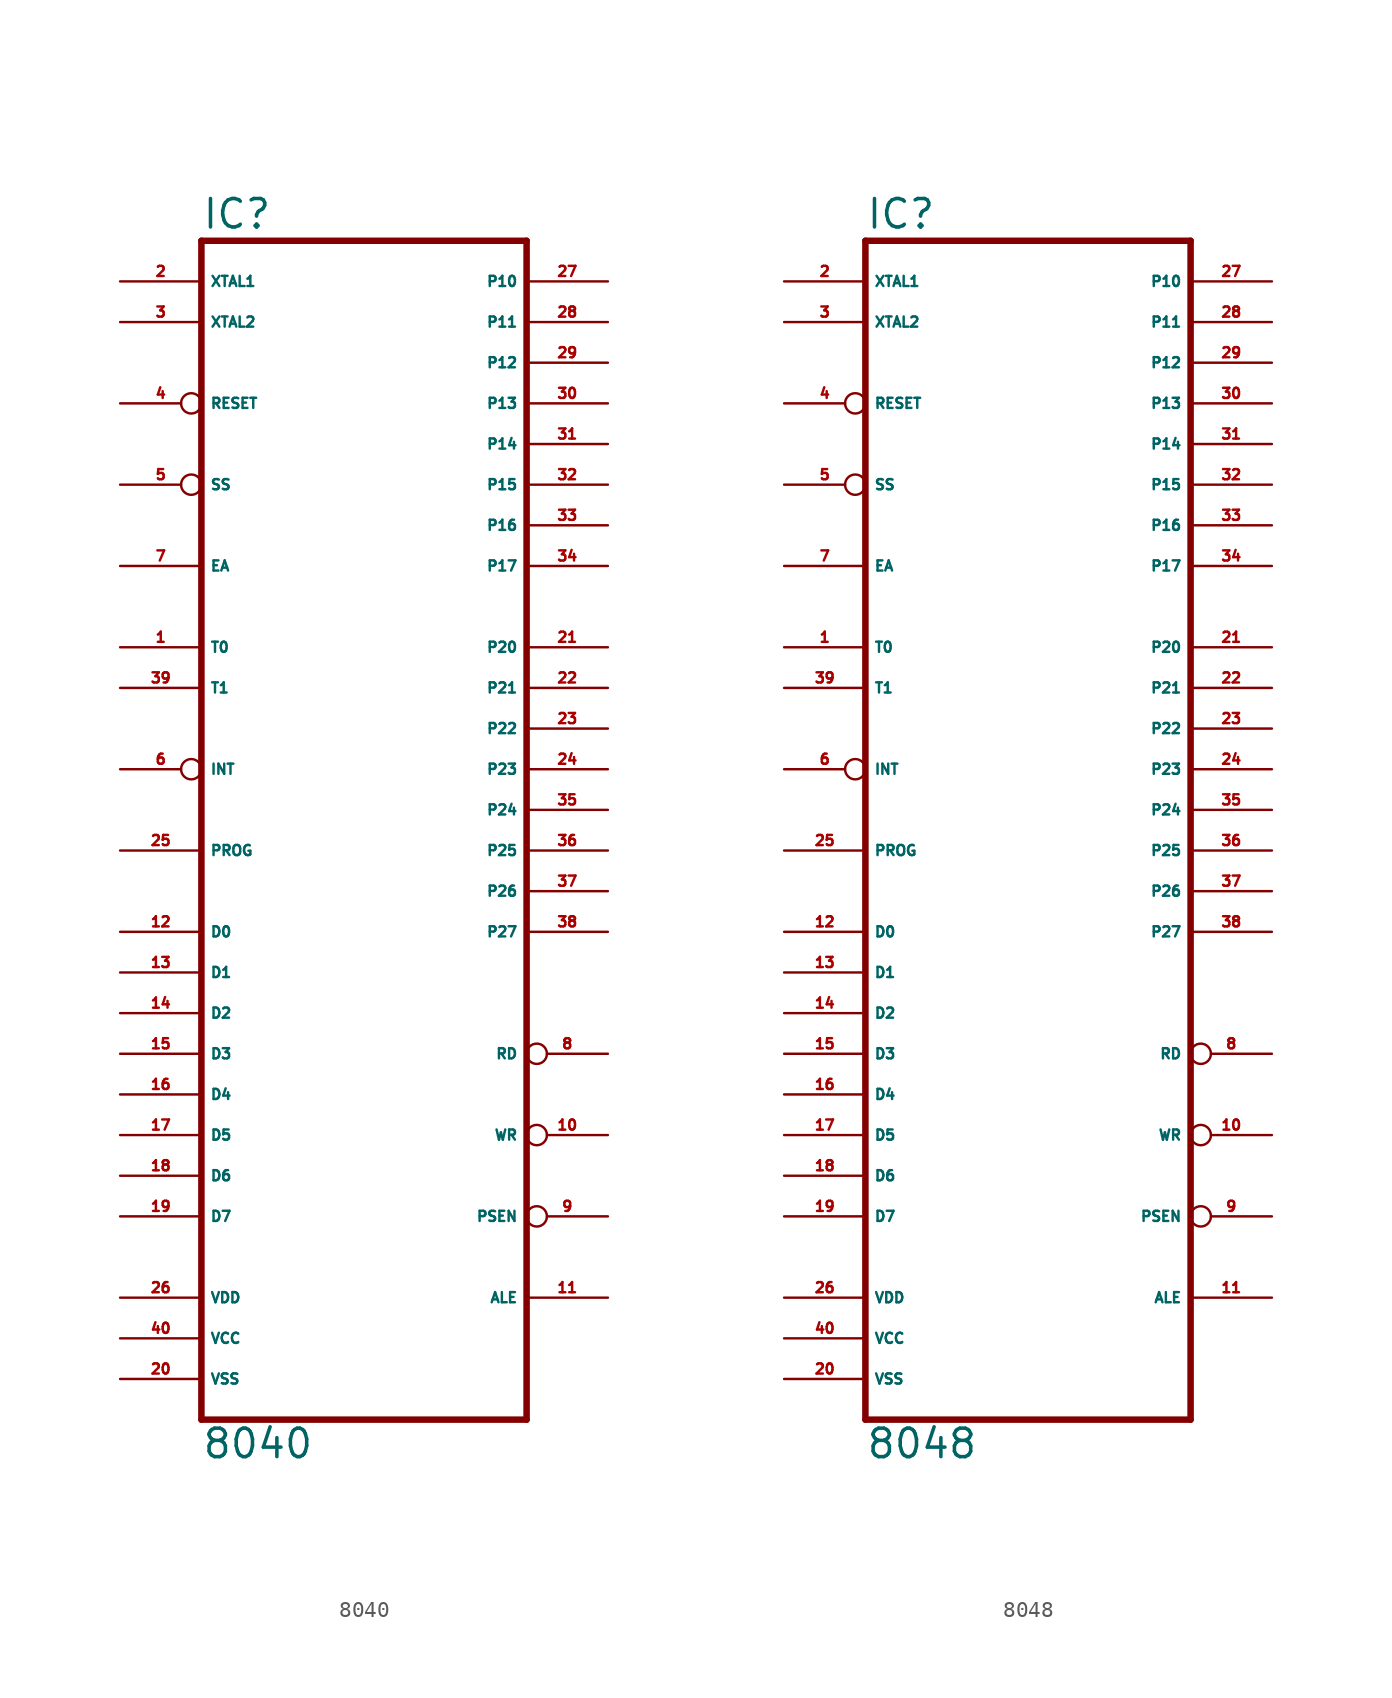
<source format=kicad_sym>
(kicad_symbol_lib
  (version 20220914)
  (generator Eagle2Kicad)
  (symbol "8040"
    (property "Reference" "IC"
      (at -10.16 36.195 0)
      (effects (font (size 1.778 1.778) (thickness 0.22)) (justify left bottom)))
    (property "Value" "8040"
      (at -10.16 -40.64 0)
      (effects (font (size 1.778 1.778) (thickness 0.22)) (justify left bottom)))
    (polyline
      (pts (xy 10.16 35.56) (xy 10.16 -38.1))
      (stroke (width 0.406) (type default))
      (fill (type none)))
    (polyline
      (pts (xy -10.16 -38.1) (xy 10.16 -38.1))
      (stroke (width 0.406) (type default))
      (fill (type none)))
    (polyline
      (pts (xy -10.16 -38.1) (xy -10.16 35.56))
      (stroke (width 0.406) (type default))
      (fill (type none)))
    (polyline
      (pts (xy 10.16 35.56) (xy -10.16 35.56))
      (stroke (width 0.406) (type default))
      (fill (type none)))
    (pin output line
      (at -15.24 30.48 0)
      (length 5.08)
      (name "XTAL2" (effects (font (size 0.635 0.635) (thickness 0.08)) (justify left bottom)))
      (number "3" (effects (font (size 0.635 0.635) (thickness 0.08)) (justify left bottom))))
    (pin input line
      (at -15.24 33.02 0)
      (length 5.08)
      (name "XTAL1" (effects (font (size 0.635 0.635) (thickness 0.08)) (justify left bottom)))
      (number "2" (effects (font (size 0.635 0.635) (thickness 0.08)) (justify left bottom))))
    (pin input line
      (at -15.24 15.24 0)
      (length 5.08)
      (name "EA" (effects (font (size 0.635 0.635) (thickness 0.08)) (justify left bottom)))
      (number "7" (effects (font (size 0.635 0.635) (thickness 0.08)) (justify left bottom))))
    (pin bidirectional line
      (at 15.24 -7.62 180)
      (length 5.08)
      (name "P27" (effects (font (size 0.635 0.635) (thickness 0.08)) (justify left bottom)))
      (number "38" (effects (font (size 0.635 0.635) (thickness 0.08)) (justify left bottom))))
    (pin bidirectional line
      (at 15.24 -5.08 180)
      (length 5.08)
      (name "P26" (effects (font (size 0.635 0.635) (thickness 0.08)) (justify left bottom)))
      (number "37" (effects (font (size 0.635 0.635) (thickness 0.08)) (justify left bottom))))
    (pin bidirectional line
      (at 15.24 -2.54 180)
      (length 5.08)
      (name "P25" (effects (font (size 0.635 0.635) (thickness 0.08)) (justify left bottom)))
      (number "36" (effects (font (size 0.635 0.635) (thickness 0.08)) (justify left bottom))))
    (pin bidirectional line
      (at 15.24 0 180)
      (length 5.08)
      (name "P24" (effects (font (size 0.635 0.635) (thickness 0.08)) (justify left bottom)))
      (number "35" (effects (font (size 0.635 0.635) (thickness 0.08)) (justify left bottom))))
    (pin bidirectional line
      (at 15.24 2.54 180)
      (length 5.08)
      (name "P23" (effects (font (size 0.635 0.635) (thickness 0.08)) (justify left bottom)))
      (number "24" (effects (font (size 0.635 0.635) (thickness 0.08)) (justify left bottom))))
    (pin bidirectional line
      (at 15.24 5.08 180)
      (length 5.08)
      (name "P22" (effects (font (size 0.635 0.635) (thickness 0.08)) (justify left bottom)))
      (number "23" (effects (font (size 0.635 0.635) (thickness 0.08)) (justify left bottom))))
    (pin bidirectional line
      (at 15.24 7.62 180)
      (length 5.08)
      (name "P21" (effects (font (size 0.635 0.635) (thickness 0.08)) (justify left bottom)))
      (number "22" (effects (font (size 0.635 0.635) (thickness 0.08)) (justify left bottom))))
    (pin bidirectional line
      (at 15.24 10.16 180)
      (length 5.08)
      (name "P20" (effects (font (size 0.635 0.635) (thickness 0.08)) (justify left bottom)))
      (number "21" (effects (font (size 0.635 0.635) (thickness 0.08)) (justify left bottom))))
    (pin bidirectional line
      (at -15.24 -25.4 0)
      (length 5.08)
      (name "D7" (effects (font (size 0.635 0.635) (thickness 0.08)) (justify left bottom)))
      (number "19" (effects (font (size 0.635 0.635) (thickness 0.08)) (justify left bottom))))
    (pin bidirectional line
      (at -15.24 -22.86 0)
      (length 5.08)
      (name "D6" (effects (font (size 0.635 0.635) (thickness 0.08)) (justify left bottom)))
      (number "18" (effects (font (size 0.635 0.635) (thickness 0.08)) (justify left bottom))))
    (pin bidirectional line
      (at -15.24 -20.32 0)
      (length 5.08)
      (name "D5" (effects (font (size 0.635 0.635) (thickness 0.08)) (justify left bottom)))
      (number "17" (effects (font (size 0.635 0.635) (thickness 0.08)) (justify left bottom))))
    (pin bidirectional line
      (at -15.24 -17.78 0)
      (length 5.08)
      (name "D4" (effects (font (size 0.635 0.635) (thickness 0.08)) (justify left bottom)))
      (number "16" (effects (font (size 0.635 0.635) (thickness 0.08)) (justify left bottom))))
    (pin bidirectional line
      (at -15.24 -15.24 0)
      (length 5.08)
      (name "D3" (effects (font (size 0.635 0.635) (thickness 0.08)) (justify left bottom)))
      (number "15" (effects (font (size 0.635 0.635) (thickness 0.08)) (justify left bottom))))
    (pin bidirectional line
      (at -15.24 -12.7 0)
      (length 5.08)
      (name "D2" (effects (font (size 0.635 0.635) (thickness 0.08)) (justify left bottom)))
      (number "14" (effects (font (size 0.635 0.635) (thickness 0.08)) (justify left bottom))))
    (pin bidirectional line
      (at -15.24 -10.16 0)
      (length 5.08)
      (name "D1" (effects (font (size 0.635 0.635) (thickness 0.08)) (justify left bottom)))
      (number "13" (effects (font (size 0.635 0.635) (thickness 0.08)) (justify left bottom))))
    (pin bidirectional line
      (at -15.24 -7.62 0)
      (length 5.08)
      (name "D0" (effects (font (size 0.635 0.635) (thickness 0.08)) (justify left bottom)))
      (number "12" (effects (font (size 0.635 0.635) (thickness 0.08)) (justify left bottom))))
    (pin output line
      (at 15.24 -30.48 180)
      (length 5.08)
      (name "ALE" (effects (font (size 0.635 0.635) (thickness 0.08)) (justify left bottom)))
      (number "11" (effects (font (size 0.635 0.635) (thickness 0.08)) (justify left bottom))))
    (pin output inverted
      (at 15.24 -25.4 180)
      (length 5.08)
      (name "PSEN" (effects (font (size 0.635 0.635) (thickness 0.08)) (justify left bottom)))
      (number "9" (effects (font (size 0.635 0.635) (thickness 0.08)) (justify left bottom))))
    (pin output inverted
      (at 15.24 -15.24 180)
      (length 5.08)
      (name "RD" (effects (font (size 0.635 0.635) (thickness 0.08)) (justify left bottom)))
      (number "8" (effects (font (size 0.635 0.635) (thickness 0.08)) (justify left bottom))))
    (pin output inverted
      (at 15.24 -20.32 180)
      (length 5.08)
      (name "WR" (effects (font (size 0.635 0.635) (thickness 0.08)) (justify left bottom)))
      (number "10" (effects (font (size 0.635 0.635) (thickness 0.08)) (justify left bottom))))
    (pin unspecified line
      (at -15.24 -33.02 0)
      (length 5.08)
      (name "VCC" (effects (font (size 0.635 0.635) (thickness 0.08)) (justify left bottom)))
      (number "40" (effects (font (size 0.635 0.635) (thickness 0.08)) (justify left bottom))))
    (pin unspecified line
      (at -15.24 -35.56 0)
      (length 5.08)
      (name "VSS" (effects (font (size 0.635 0.635) (thickness 0.08)) (justify left bottom)))
      (number "20" (effects (font (size 0.635 0.635) (thickness 0.08)) (justify left bottom))))
    (pin bidirectional line
      (at 15.24 30.48 180)
      (length 5.08)
      (name "P11" (effects (font (size 0.635 0.635) (thickness 0.08)) (justify left bottom)))
      (number "28" (effects (font (size 0.635 0.635) (thickness 0.08)) (justify left bottom))))
    (pin input inverted
      (at -15.24 25.4 0)
      (length 5.08)
      (name "RESET" (effects (font (size 0.635 0.635) (thickness 0.08)) (justify left bottom)))
      (number "4" (effects (font (size 0.635 0.635) (thickness 0.08)) (justify left bottom))))
    (pin bidirectional line
      (at 15.24 25.4 180)
      (length 5.08)
      (name "P13" (effects (font (size 0.635 0.635) (thickness 0.08)) (justify left bottom)))
      (number "30" (effects (font (size 0.635 0.635) (thickness 0.08)) (justify left bottom))))
    (pin bidirectional line
      (at 15.24 22.86 180)
      (length 5.08)
      (name "P14" (effects (font (size 0.635 0.635) (thickness 0.08)) (justify left bottom)))
      (number "31" (effects (font (size 0.635 0.635) (thickness 0.08)) (justify left bottom))))
    (pin bidirectional line
      (at 15.24 20.32 180)
      (length 5.08)
      (name "P15" (effects (font (size 0.635 0.635) (thickness 0.08)) (justify left bottom)))
      (number "32" (effects (font (size 0.635 0.635) (thickness 0.08)) (justify left bottom))))
    (pin bidirectional line
      (at 15.24 17.78 180)
      (length 5.08)
      (name "P16" (effects (font (size 0.635 0.635) (thickness 0.08)) (justify left bottom)))
      (number "33" (effects (font (size 0.635 0.635) (thickness 0.08)) (justify left bottom))))
    (pin bidirectional line
      (at 15.24 15.24 180)
      (length 5.08)
      (name "P17" (effects (font (size 0.635 0.635) (thickness 0.08)) (justify left bottom)))
      (number "34" (effects (font (size 0.635 0.635) (thickness 0.08)) (justify left bottom))))
    (pin input line
      (at -15.24 10.16 0)
      (length 5.08)
      (name "T0" (effects (font (size 0.635 0.635) (thickness 0.08)) (justify left bottom)))
      (number "1" (effects (font (size 0.635 0.635) (thickness 0.08)) (justify left bottom))))
    (pin input line
      (at -15.24 7.62 0)
      (length 5.08)
      (name "T1" (effects (font (size 0.635 0.635) (thickness 0.08)) (justify left bottom)))
      (number "39" (effects (font (size 0.635 0.635) (thickness 0.08)) (justify left bottom))))
    (pin input inverted
      (at -15.24 20.32 0)
      (length 5.08)
      (name "SS" (effects (font (size 0.635 0.635) (thickness 0.08)) (justify left bottom)))
      (number "5" (effects (font (size 0.635 0.635) (thickness 0.08)) (justify left bottom))))
    (pin input line
      (at -15.24 -2.54 0)
      (length 5.08)
      (name "PROG" (effects (font (size 0.635 0.635) (thickness 0.08)) (justify left bottom)))
      (number "25" (effects (font (size 0.635 0.635) (thickness 0.08)) (justify left bottom))))
    (pin input inverted
      (at -15.24 2.54 0)
      (length 5.08)
      (name "INT" (effects (font (size 0.635 0.635) (thickness 0.08)) (justify left bottom)))
      (number "6" (effects (font (size 0.635 0.635) (thickness 0.08)) (justify left bottom))))
    (pin bidirectional line
      (at 15.24 27.94 180)
      (length 5.08)
      (name "P12" (effects (font (size 0.635 0.635) (thickness 0.08)) (justify left bottom)))
      (number "29" (effects (font (size 0.635 0.635) (thickness 0.08)) (justify left bottom))))
    (pin bidirectional line
      (at 15.24 33.02 180)
      (length 5.08)
      (name "P10" (effects (font (size 0.635 0.635) (thickness 0.08)) (justify left bottom)))
      (number "27" (effects (font (size 0.635 0.635) (thickness 0.08)) (justify left bottom))))
    (pin unspecified line
      (at -15.24 -30.48 0)
      (length 5.08)
      (name "VDD" (effects (font (size 0.635 0.635) (thickness 0.08)) (justify left bottom)))
      (number "26" (effects (font (size 0.635 0.635) (thickness 0.08)) (justify left bottom)))))
  (symbol "8048"
    (property "Reference" "IC"
      (at -10.16 36.195 0)
      (effects (font (size 1.778 1.778) (thickness 0.22)) (justify left bottom)))
    (property "Value" "8048"
      (at -10.16 -40.64 0)
      (effects (font (size 1.778 1.778) (thickness 0.22)) (justify left bottom)))
    (polyline
      (pts (xy 10.16 35.56) (xy 10.16 -38.1))
      (stroke (width 0.406) (type default))
      (fill (type none)))
    (polyline
      (pts (xy -10.16 -38.1) (xy 10.16 -38.1))
      (stroke (width 0.406) (type default))
      (fill (type none)))
    (polyline
      (pts (xy -10.16 -38.1) (xy -10.16 35.56))
      (stroke (width 0.406) (type default))
      (fill (type none)))
    (polyline
      (pts (xy 10.16 35.56) (xy -10.16 35.56))
      (stroke (width 0.406) (type default))
      (fill (type none)))
    (pin output line
      (at -15.24 30.48 0)
      (length 5.08)
      (name "XTAL2" (effects (font (size 0.635 0.635) (thickness 0.08)) (justify left bottom)))
      (number "3" (effects (font (size 0.635 0.635) (thickness 0.08)) (justify left bottom))))
    (pin input line
      (at -15.24 33.02 0)
      (length 5.08)
      (name "XTAL1" (effects (font (size 0.635 0.635) (thickness 0.08)) (justify left bottom)))
      (number "2" (effects (font (size 0.635 0.635) (thickness 0.08)) (justify left bottom))))
    (pin input line
      (at -15.24 15.24 0)
      (length 5.08)
      (name "EA" (effects (font (size 0.635 0.635) (thickness 0.08)) (justify left bottom)))
      (number "7" (effects (font (size 0.635 0.635) (thickness 0.08)) (justify left bottom))))
    (pin bidirectional line
      (at 15.24 -7.62 180)
      (length 5.08)
      (name "P27" (effects (font (size 0.635 0.635) (thickness 0.08)) (justify left bottom)))
      (number "38" (effects (font (size 0.635 0.635) (thickness 0.08)) (justify left bottom))))
    (pin bidirectional line
      (at 15.24 -5.08 180)
      (length 5.08)
      (name "P26" (effects (font (size 0.635 0.635) (thickness 0.08)) (justify left bottom)))
      (number "37" (effects (font (size 0.635 0.635) (thickness 0.08)) (justify left bottom))))
    (pin bidirectional line
      (at 15.24 -2.54 180)
      (length 5.08)
      (name "P25" (effects (font (size 0.635 0.635) (thickness 0.08)) (justify left bottom)))
      (number "36" (effects (font (size 0.635 0.635) (thickness 0.08)) (justify left bottom))))
    (pin bidirectional line
      (at 15.24 0 180)
      (length 5.08)
      (name "P24" (effects (font (size 0.635 0.635) (thickness 0.08)) (justify left bottom)))
      (number "35" (effects (font (size 0.635 0.635) (thickness 0.08)) (justify left bottom))))
    (pin bidirectional line
      (at 15.24 2.54 180)
      (length 5.08)
      (name "P23" (effects (font (size 0.635 0.635) (thickness 0.08)) (justify left bottom)))
      (number "24" (effects (font (size 0.635 0.635) (thickness 0.08)) (justify left bottom))))
    (pin bidirectional line
      (at 15.24 5.08 180)
      (length 5.08)
      (name "P22" (effects (font (size 0.635 0.635) (thickness 0.08)) (justify left bottom)))
      (number "23" (effects (font (size 0.635 0.635) (thickness 0.08)) (justify left bottom))))
    (pin bidirectional line
      (at 15.24 7.62 180)
      (length 5.08)
      (name "P21" (effects (font (size 0.635 0.635) (thickness 0.08)) (justify left bottom)))
      (number "22" (effects (font (size 0.635 0.635) (thickness 0.08)) (justify left bottom))))
    (pin bidirectional line
      (at 15.24 10.16 180)
      (length 5.08)
      (name "P20" (effects (font (size 0.635 0.635) (thickness 0.08)) (justify left bottom)))
      (number "21" (effects (font (size 0.635 0.635) (thickness 0.08)) (justify left bottom))))
    (pin bidirectional line
      (at -15.24 -25.4 0)
      (length 5.08)
      (name "D7" (effects (font (size 0.635 0.635) (thickness 0.08)) (justify left bottom)))
      (number "19" (effects (font (size 0.635 0.635) (thickness 0.08)) (justify left bottom))))
    (pin bidirectional line
      (at -15.24 -22.86 0)
      (length 5.08)
      (name "D6" (effects (font (size 0.635 0.635) (thickness 0.08)) (justify left bottom)))
      (number "18" (effects (font (size 0.635 0.635) (thickness 0.08)) (justify left bottom))))
    (pin bidirectional line
      (at -15.24 -20.32 0)
      (length 5.08)
      (name "D5" (effects (font (size 0.635 0.635) (thickness 0.08)) (justify left bottom)))
      (number "17" (effects (font (size 0.635 0.635) (thickness 0.08)) (justify left bottom))))
    (pin bidirectional line
      (at -15.24 -17.78 0)
      (length 5.08)
      (name "D4" (effects (font (size 0.635 0.635) (thickness 0.08)) (justify left bottom)))
      (number "16" (effects (font (size 0.635 0.635) (thickness 0.08)) (justify left bottom))))
    (pin bidirectional line
      (at -15.24 -15.24 0)
      (length 5.08)
      (name "D3" (effects (font (size 0.635 0.635) (thickness 0.08)) (justify left bottom)))
      (number "15" (effects (font (size 0.635 0.635) (thickness 0.08)) (justify left bottom))))
    (pin bidirectional line
      (at -15.24 -12.7 0)
      (length 5.08)
      (name "D2" (effects (font (size 0.635 0.635) (thickness 0.08)) (justify left bottom)))
      (number "14" (effects (font (size 0.635 0.635) (thickness 0.08)) (justify left bottom))))
    (pin bidirectional line
      (at -15.24 -10.16 0)
      (length 5.08)
      (name "D1" (effects (font (size 0.635 0.635) (thickness 0.08)) (justify left bottom)))
      (number "13" (effects (font (size 0.635 0.635) (thickness 0.08)) (justify left bottom))))
    (pin bidirectional line
      (at -15.24 -7.62 0)
      (length 5.08)
      (name "D0" (effects (font (size 0.635 0.635) (thickness 0.08)) (justify left bottom)))
      (number "12" (effects (font (size 0.635 0.635) (thickness 0.08)) (justify left bottom))))
    (pin output line
      (at 15.24 -30.48 180)
      (length 5.08)
      (name "ALE" (effects (font (size 0.635 0.635) (thickness 0.08)) (justify left bottom)))
      (number "11" (effects (font (size 0.635 0.635) (thickness 0.08)) (justify left bottom))))
    (pin output inverted
      (at 15.24 -25.4 180)
      (length 5.08)
      (name "PSEN" (effects (font (size 0.635 0.635) (thickness 0.08)) (justify left bottom)))
      (number "9" (effects (font (size 0.635 0.635) (thickness 0.08)) (justify left bottom))))
    (pin output inverted
      (at 15.24 -15.24 180)
      (length 5.08)
      (name "RD" (effects (font (size 0.635 0.635) (thickness 0.08)) (justify left bottom)))
      (number "8" (effects (font (size 0.635 0.635) (thickness 0.08)) (justify left bottom))))
    (pin output inverted
      (at 15.24 -20.32 180)
      (length 5.08)
      (name "WR" (effects (font (size 0.635 0.635) (thickness 0.08)) (justify left bottom)))
      (number "10" (effects (font (size 0.635 0.635) (thickness 0.08)) (justify left bottom))))
    (pin unspecified line
      (at -15.24 -33.02 0)
      (length 5.08)
      (name "VCC" (effects (font (size 0.635 0.635) (thickness 0.08)) (justify left bottom)))
      (number "40" (effects (font (size 0.635 0.635) (thickness 0.08)) (justify left bottom))))
    (pin unspecified line
      (at -15.24 -35.56 0)
      (length 5.08)
      (name "VSS" (effects (font (size 0.635 0.635) (thickness 0.08)) (justify left bottom)))
      (number "20" (effects (font (size 0.635 0.635) (thickness 0.08)) (justify left bottom))))
    (pin bidirectional line
      (at 15.24 30.48 180)
      (length 5.08)
      (name "P11" (effects (font (size 0.635 0.635) (thickness 0.08)) (justify left bottom)))
      (number "28" (effects (font (size 0.635 0.635) (thickness 0.08)) (justify left bottom))))
    (pin input inverted
      (at -15.24 25.4 0)
      (length 5.08)
      (name "RESET" (effects (font (size 0.635 0.635) (thickness 0.08)) (justify left bottom)))
      (number "4" (effects (font (size 0.635 0.635) (thickness 0.08)) (justify left bottom))))
    (pin bidirectional line
      (at 15.24 25.4 180)
      (length 5.08)
      (name "P13" (effects (font (size 0.635 0.635) (thickness 0.08)) (justify left bottom)))
      (number "30" (effects (font (size 0.635 0.635) (thickness 0.08)) (justify left bottom))))
    (pin bidirectional line
      (at 15.24 22.86 180)
      (length 5.08)
      (name "P14" (effects (font (size 0.635 0.635) (thickness 0.08)) (justify left bottom)))
      (number "31" (effects (font (size 0.635 0.635) (thickness 0.08)) (justify left bottom))))
    (pin bidirectional line
      (at 15.24 20.32 180)
      (length 5.08)
      (name "P15" (effects (font (size 0.635 0.635) (thickness 0.08)) (justify left bottom)))
      (number "32" (effects (font (size 0.635 0.635) (thickness 0.08)) (justify left bottom))))
    (pin bidirectional line
      (at 15.24 17.78 180)
      (length 5.08)
      (name "P16" (effects (font (size 0.635 0.635) (thickness 0.08)) (justify left bottom)))
      (number "33" (effects (font (size 0.635 0.635) (thickness 0.08)) (justify left bottom))))
    (pin bidirectional line
      (at 15.24 15.24 180)
      (length 5.08)
      (name "P17" (effects (font (size 0.635 0.635) (thickness 0.08)) (justify left bottom)))
      (number "34" (effects (font (size 0.635 0.635) (thickness 0.08)) (justify left bottom))))
    (pin input line
      (at -15.24 10.16 0)
      (length 5.08)
      (name "T0" (effects (font (size 0.635 0.635) (thickness 0.08)) (justify left bottom)))
      (number "1" (effects (font (size 0.635 0.635) (thickness 0.08)) (justify left bottom))))
    (pin input line
      (at -15.24 7.62 0)
      (length 5.08)
      (name "T1" (effects (font (size 0.635 0.635) (thickness 0.08)) (justify left bottom)))
      (number "39" (effects (font (size 0.635 0.635) (thickness 0.08)) (justify left bottom))))
    (pin input inverted
      (at -15.24 20.32 0)
      (length 5.08)
      (name "SS" (effects (font (size 0.635 0.635) (thickness 0.08)) (justify left bottom)))
      (number "5" (effects (font (size 0.635 0.635) (thickness 0.08)) (justify left bottom))))
    (pin input line
      (at -15.24 -2.54 0)
      (length 5.08)
      (name "PROG" (effects (font (size 0.635 0.635) (thickness 0.08)) (justify left bottom)))
      (number "25" (effects (font (size 0.635 0.635) (thickness 0.08)) (justify left bottom))))
    (pin input inverted
      (at -15.24 2.54 0)
      (length 5.08)
      (name "INT" (effects (font (size 0.635 0.635) (thickness 0.08)) (justify left bottom)))
      (number "6" (effects (font (size 0.635 0.635) (thickness 0.08)) (justify left bottom))))
    (pin bidirectional line
      (at 15.24 27.94 180)
      (length 5.08)
      (name "P12" (effects (font (size 0.635 0.635) (thickness 0.08)) (justify left bottom)))
      (number "29" (effects (font (size 0.635 0.635) (thickness 0.08)) (justify left bottom))))
    (pin bidirectional line
      (at 15.24 33.02 180)
      (length 5.08)
      (name "P10" (effects (font (size 0.635 0.635) (thickness 0.08)) (justify left bottom)))
      (number "27" (effects (font (size 0.635 0.635) (thickness 0.08)) (justify left bottom))))
    (pin unspecified line
      (at -15.24 -30.48 0)
      (length 5.08)
      (name "VDD" (effects (font (size 0.635 0.635) (thickness 0.08)) (justify left bottom)))
      (number "26" (effects (font (size 0.635 0.635) (thickness 0.08)) (justify left bottom))))))
</source>
